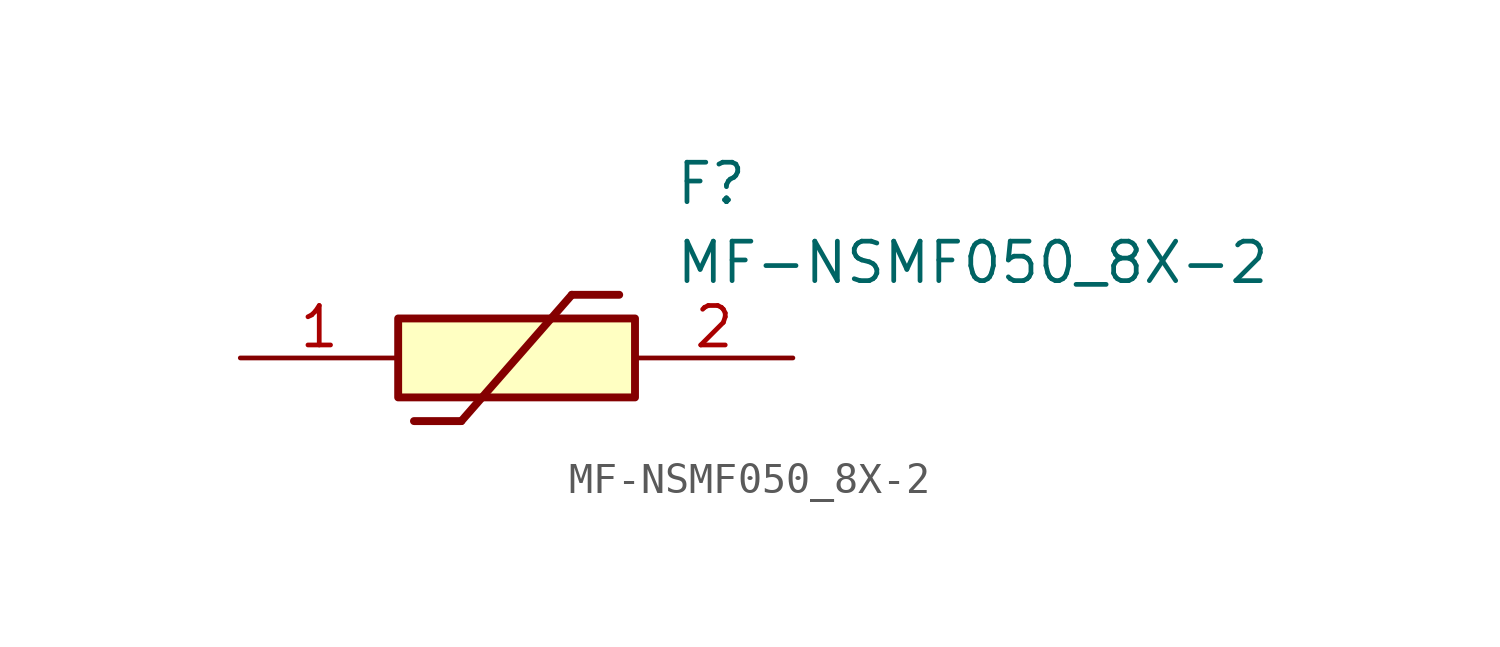
<source format=kicad_sym>
(kicad_symbol_lib
  (version 20211014)
  (generator SamacSys_ECAD_Model)
  (symbol "MF-NSMF050_8X-2"
    (pin_names hide)
    (property "Reference" "F"
      (at 13.97 6.35 0)
      (effects (font (size 1.27 1.27)) (justify left top)))
    (property "Value" "MF-NSMF050_8X-2"
      (at 13.97 3.81 0)
      (effects (font (size 1.27 1.27)) (justify left top)))
    (rectangle
      (start 5.08 1.27)
      (end 12.7 -1.27)
      (stroke (width 0.254) (type default))
      (fill (type background)))
    (polyline
      (pts (xy 5.588 -2.032) (xy 7.112 -2.032))
      (stroke (width 0.254) (type default))
      (fill (type none)))
    (polyline
      (pts (xy 10.668 2.032) (xy 7.112 -2.032))
      (stroke (width 0.254) (type default))
      (fill (type none)))
    (polyline
      (pts (xy 10.668 2.032) (xy 12.192 2.032))
      (stroke (width 0.254) (type default))
      (fill (type none)))
    (pin passive line
      (at 0 0 0)
      (length 5.08)
      (name "1" (effects (font (size 1.27 1.27))))
      (number "1" (effects (font (size 1.27 1.27)))))
    (pin passive line
      (at 17.78 0 180)
      (length 5.08)
      (name "2" (effects (font (size 1.27 1.27))))
      (number "2" (effects (font (size 1.27 1.27)))))))
</source>
